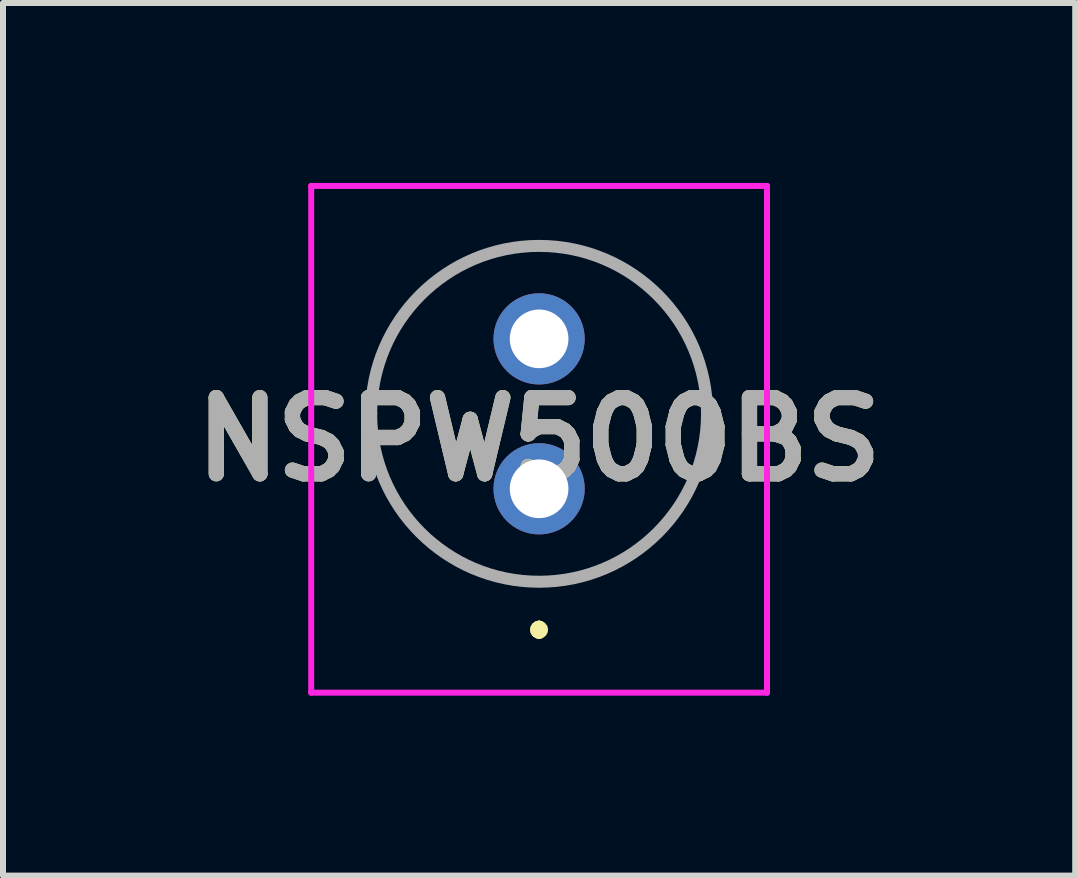
<source format=kicad_pcb>
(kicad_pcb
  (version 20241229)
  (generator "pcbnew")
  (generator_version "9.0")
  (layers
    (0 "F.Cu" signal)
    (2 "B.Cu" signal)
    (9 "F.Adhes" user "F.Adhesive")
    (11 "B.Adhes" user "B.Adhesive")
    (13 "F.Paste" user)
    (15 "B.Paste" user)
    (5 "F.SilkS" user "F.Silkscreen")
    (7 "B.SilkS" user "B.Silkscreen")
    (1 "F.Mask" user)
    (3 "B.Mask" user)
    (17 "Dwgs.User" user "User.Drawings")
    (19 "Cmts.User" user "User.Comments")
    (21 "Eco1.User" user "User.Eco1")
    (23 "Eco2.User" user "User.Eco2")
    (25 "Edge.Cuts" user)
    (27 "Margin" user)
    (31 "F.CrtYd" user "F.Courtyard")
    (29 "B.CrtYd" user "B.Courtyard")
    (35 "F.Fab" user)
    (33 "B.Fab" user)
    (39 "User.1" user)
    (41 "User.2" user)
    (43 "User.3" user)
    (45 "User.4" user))
  (footprint "NSPW500BS"
    (layer "F.Cu")
    (at 5.939 5.1)
    (property "Reference" "NSPW500BS" (at 0 -0.825 0) (layer "F.SilkS") (effects (font (size 1.27 1.27) (thickness 0.254))))
    (attr through_hole)
    (fp_line (start -2.8 -1.25) (end -2.8 -1.25) (stroke (width 0.1) (type solid)) (layer "F.SilkS"))
    (fp_line (start 0 2.3) (end 0 2.3) (stroke (width 0.2) (type solid)) (layer "F.SilkS"))
    (fp_line (start 0 2.3) (end 0 2.3) (stroke (width 0.2) (type solid)) (layer "F.SilkS"))
    (fp_line (start 0 2.4) (end 0 2.4) (stroke (width 0.2) (type solid)) (layer "F.SilkS"))
    (fp_line (start 2.8 -1.25) (end 2.8 -1.25) (stroke (width 0.1) (type solid)) (layer "F.SilkS"))
    (fp_arc (start -2.8 -1.25) (mid 0 -4.05) (end 2.8 -1.25) (stroke (width 0.1) (type solid)) (layer "F.SilkS"))
    (fp_arc (start 0 2.3) (mid 0.05 2.35) (end 0 2.4) (stroke (width 0.2) (type solid)) (layer "F.SilkS"))
    (fp_arc (start 0 2.4) (mid -0.05 2.35) (end 0 2.3) (stroke (width 0.2) (type solid)) (layer "F.SilkS"))
    (fp_arc (start 0 2.4) (mid -0.05 2.35) (end 0 2.3) (stroke (width 0.2) (type solid)) (layer "F.SilkS"))
    (fp_arc (start 2.8 -1.25) (mid 0 1.55) (end -2.8 -1.25) (stroke (width 0.1) (type solid)) (layer "F.SilkS"))
    (fp_line (start -3.8 -5.05) (end 3.8 -5.05) (stroke (width 0.1) (type solid)) (layer "F.CrtYd"))
    (fp_line (start -3.8 3.4) (end -3.8 -5.05) (stroke (width 0.1) (type solid)) (layer "F.CrtYd"))
    (fp_line (start 3.8 -5.05) (end 3.8 3.4) (stroke (width 0.1) (type solid)) (layer "F.CrtYd"))
    (fp_line (start 3.8 3.4) (end -3.8 3.4) (stroke (width 0.1) (type solid)) (layer "F.CrtYd"))
    (fp_line (start -2.8 -1.25) (end -2.8 -1.25) (stroke (width 0.2) (type solid)) (layer "F.Fab"))
    (fp_line (start 2.8 -1.25) (end 2.8 -1.25) (stroke (width 0.2) (type solid)) (layer "F.Fab"))
    (fp_arc (start -2.8 -1.25) (mid 0 -4.05) (end 2.8 -1.25) (stroke (width 0.2) (type solid)) (layer "F.Fab"))
    (fp_arc (start 2.8 -1.25) (mid 0 1.55) (end -2.8 -1.25) (stroke (width 0.2) (type solid)) (layer "F.Fab"))
    (fp_text user "${REFERENCE}" (at 0 -0.825 0) (layer "F.Fab") (effects (font (size 1.27 1.27) (thickness 0.254))))
    (pad "1" thru_hole circle (at 0 0) (size 1.521 1.521) (drill 0.978) (layers "*.Cu" "*.Mask"))
    (pad "2" thru_hole circle (at 0 -2.5) (size 1.521 1.521) (drill 0.978) (layers "*.Cu" "*.Mask")))
  (gr_rect
    (start -3 -3)
    (end 14.878 11.55)
    (stroke (width 0.1) (type default))
    (fill no)
    (layer "Edge.Cuts")))
</source>
